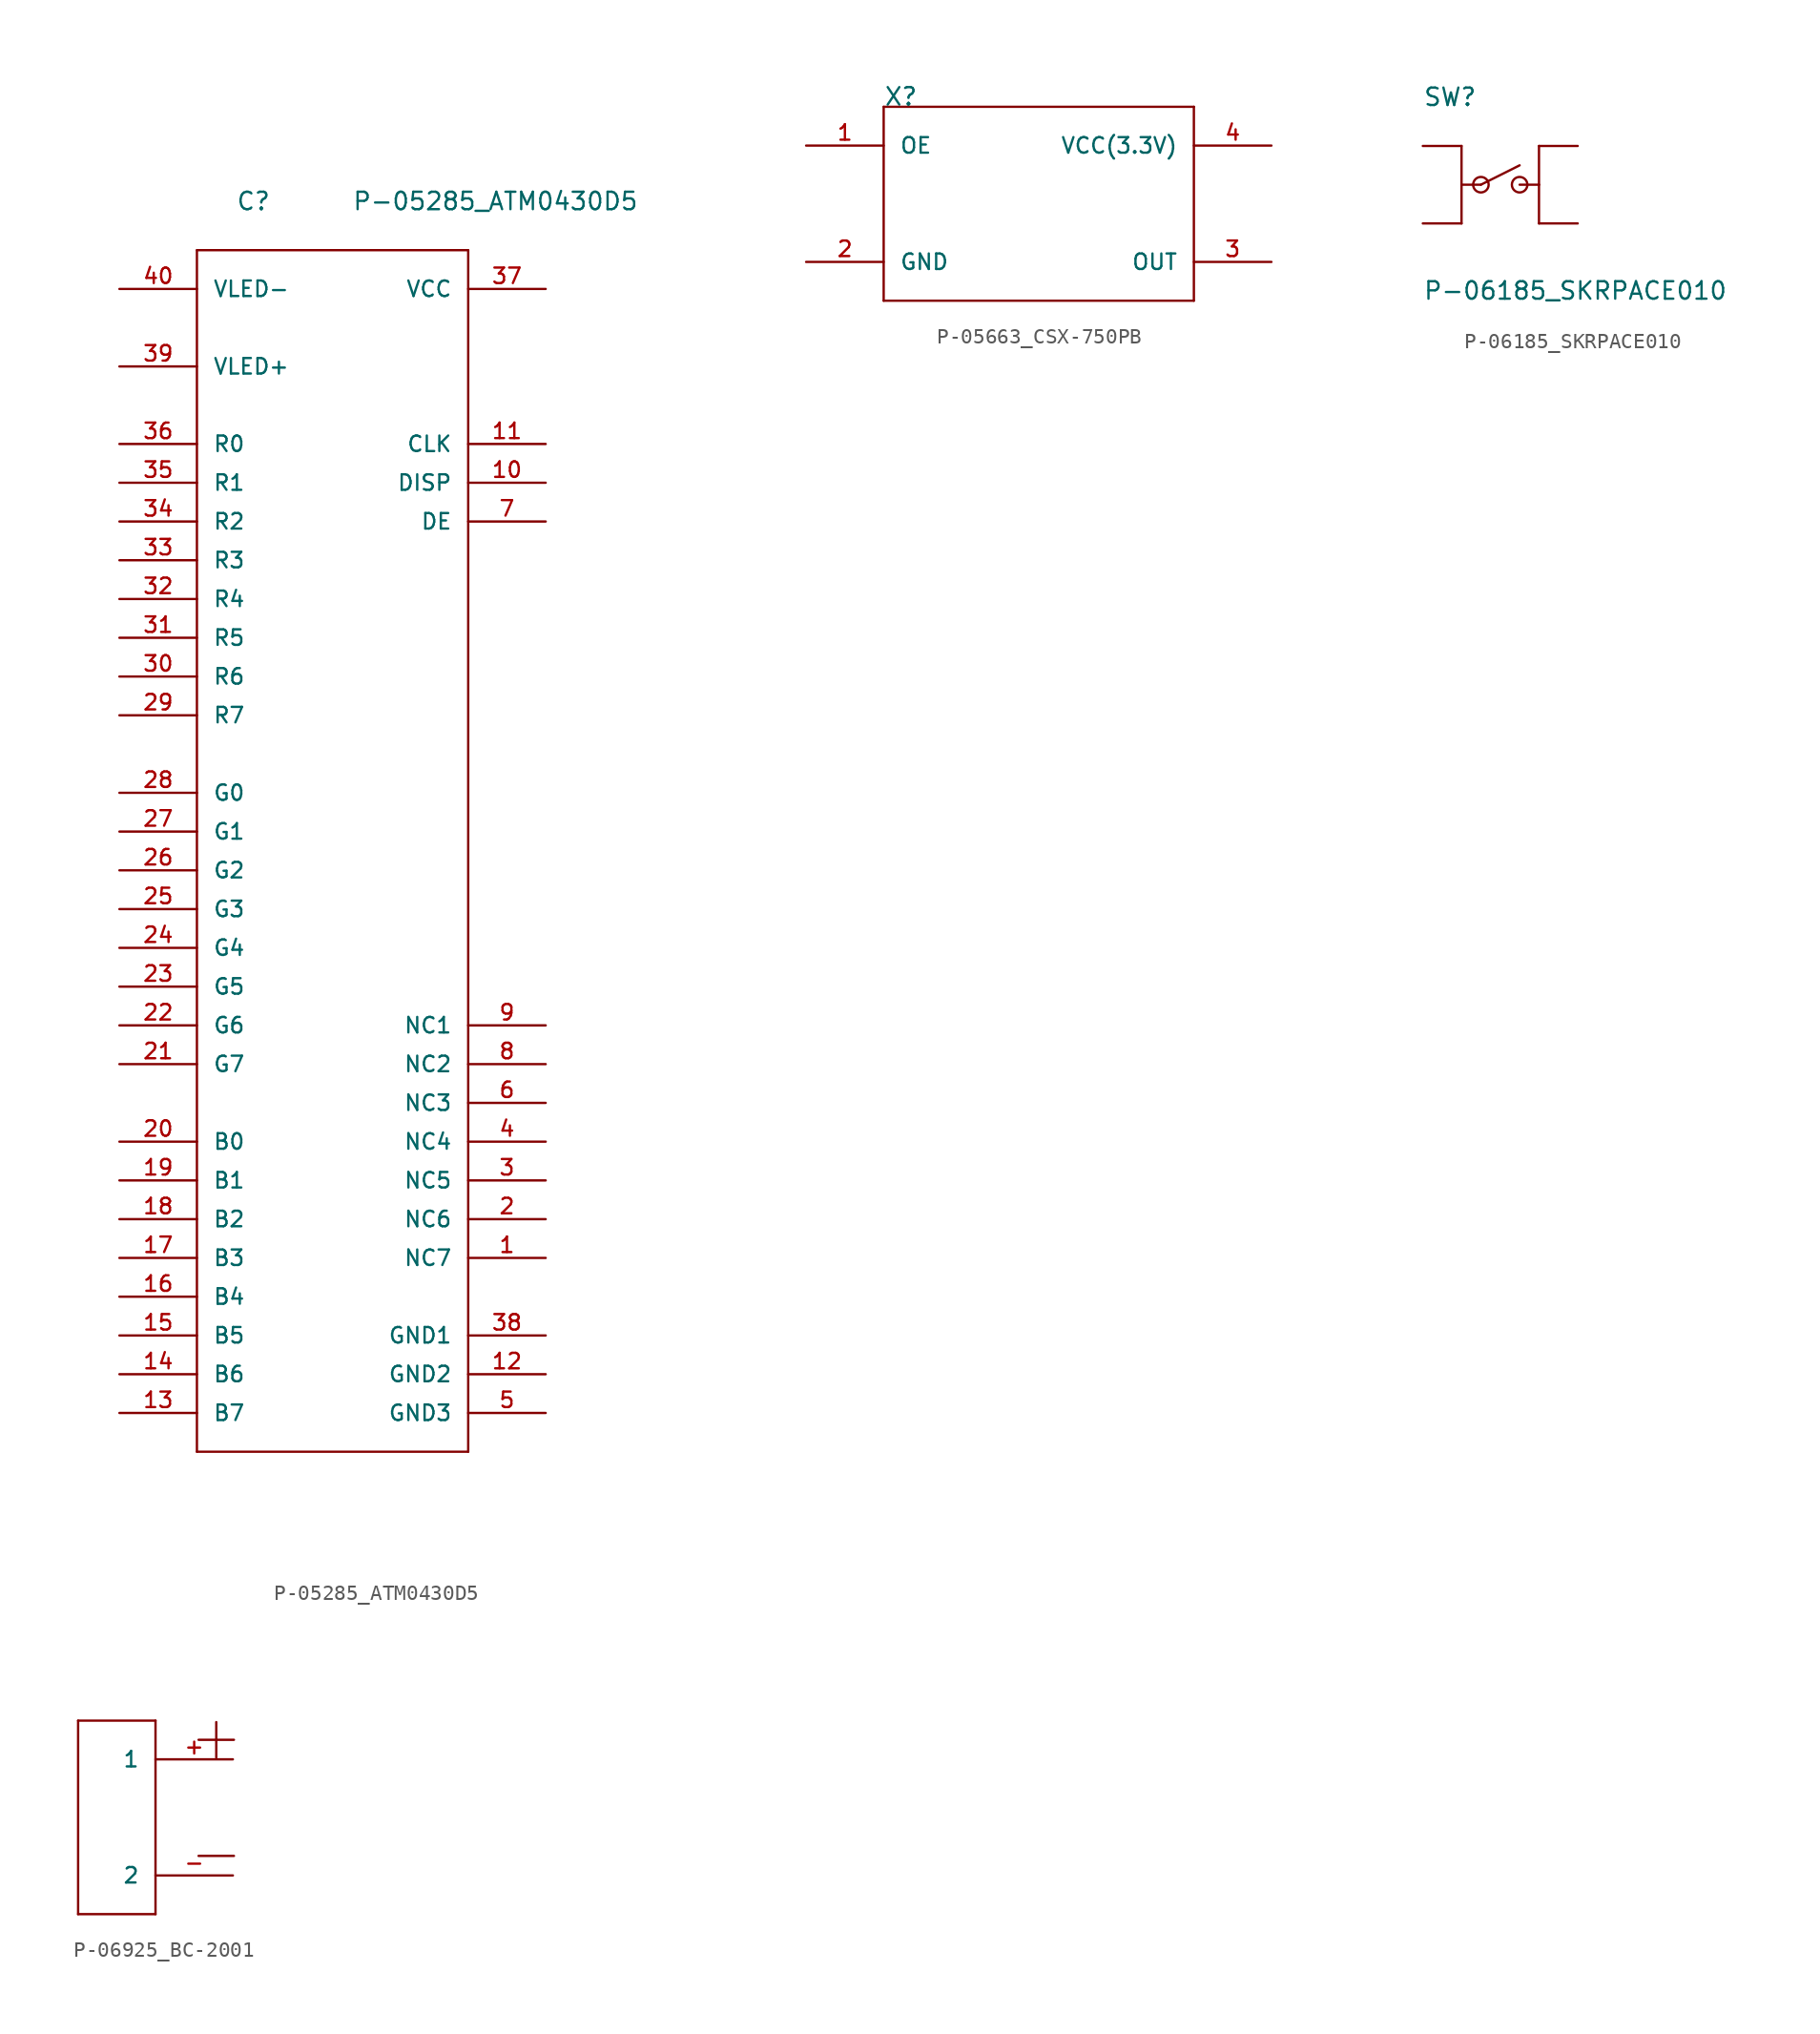
<source format=kicad_sym>
(kicad_symbol_lib
  (version 20211014)
  (generator kicad_symbol_editor)
  (symbol "P-05285_ATM0430D5"
    (pin_names
      (offset 1.016))
    (property "Reference" "C"
      (at -17.78 27.94 0)
      (effects (font (size 1.143 1.143)) (justify left bottom)))
    (property "Value" "P-05285_ATM0430D5"
      (at -10.16 27.94 0)
      (effects (font (size 1.143 1.143)) (justify left bottom)))
    (property "ki_locked" ""
      (at 0 0 0)
      (effects (font (size 1.27 1.27))))
    (symbol "P-05285_ATM0430D5_1_0"
      (polyline (pts (xy -20.32 -53.34) (xy -20.32 25.4)) (stroke (width 0) (type default) (color 0 0 0 0)) (fill (type none)))
      (polyline (pts (xy -20.32 25.4) (xy -2.54 25.4)) (stroke (width 0) (type default) (color 0 0 0 0)) (fill (type none)))
      (polyline (pts (xy -2.54 -53.34) (xy -20.32 -53.34)) (stroke (width 0) (type default) (color 0 0 0 0)) (fill (type none)))
      (polyline (pts (xy -2.54 25.4) (xy -2.54 -53.34)) (stroke (width 0) (type default) (color 0 0 0 0)) (fill (type none))))
    (symbol "P-05285_ATM0430D5_1_1"
      (pin bidirectional line (at 2.54 -40.64 180) (length 5.08) (name "NC7" (effects (font (size 1.016 1.016)))) (number "1" (effects (font (size 1.016 1.016)))))
      (pin bidirectional line (at 2.54 10.16 180) (length 5.08) (name "DISP" (effects (font (size 1.016 1.016)))) (number "10" (effects (font (size 1.016 1.016)))))
      (pin bidirectional line (at 2.54 12.7 180) (length 5.08) (name "CLK" (effects (font (size 1.016 1.016)))) (number "11" (effects (font (size 1.016 1.016)))))
      (pin bidirectional line (at 2.54 -48.26 180) (length 5.08) (name "GND2" (effects (font (size 1.016 1.016)))) (number "12" (effects (font (size 1.016 1.016)))))
      (pin bidirectional line (at -25.4 -50.8 0) (length 5.08) (name "B7" (effects (font (size 1.016 1.016)))) (number "13" (effects (font (size 1.016 1.016)))))
      (pin bidirectional line (at -25.4 -48.26 0) (length 5.08) (name "B6" (effects (font (size 1.016 1.016)))) (number "14" (effects (font (size 1.016 1.016)))))
      (pin bidirectional line (at -25.4 -45.72 0) (length 5.08) (name "B5" (effects (font (size 1.016 1.016)))) (number "15" (effects (font (size 1.016 1.016)))))
      (pin bidirectional line (at -25.4 -43.18 0) (length 5.08) (name "B4" (effects (font (size 1.016 1.016)))) (number "16" (effects (font (size 1.016 1.016)))))
      (pin bidirectional line (at -25.4 -40.64 0) (length 5.08) (name "B3" (effects (font (size 1.016 1.016)))) (number "17" (effects (font (size 1.016 1.016)))))
      (pin bidirectional line (at -25.4 -38.1 0) (length 5.08) (name "B2" (effects (font (size 1.016 1.016)))) (number "18" (effects (font (size 1.016 1.016)))))
      (pin bidirectional line (at -25.4 -35.56 0) (length 5.08) (name "B1" (effects (font (size 1.016 1.016)))) (number "19" (effects (font (size 1.016 1.016)))))
      (pin bidirectional line (at 2.54 -38.1 180) (length 5.08) (name "NC6" (effects (font (size 1.016 1.016)))) (number "2" (effects (font (size 1.016 1.016)))))
      (pin bidirectional line (at -25.4 -33.02 0) (length 5.08) (name "B0" (effects (font (size 1.016 1.016)))) (number "20" (effects (font (size 1.016 1.016)))))
      (pin bidirectional line (at -25.4 -27.94 0) (length 5.08) (name "G7" (effects (font (size 1.016 1.016)))) (number "21" (effects (font (size 1.016 1.016)))))
      (pin bidirectional line (at -25.4 -25.4 0) (length 5.08) (name "G6" (effects (font (size 1.016 1.016)))) (number "22" (effects (font (size 1.016 1.016)))))
      (pin bidirectional line (at -25.4 -22.86 0) (length 5.08) (name "G5" (effects (font (size 1.016 1.016)))) (number "23" (effects (font (size 1.016 1.016)))))
      (pin bidirectional line (at -25.4 -20.32 0) (length 5.08) (name "G4" (effects (font (size 1.016 1.016)))) (number "24" (effects (font (size 1.016 1.016)))))
      (pin bidirectional line (at -25.4 -17.78 0) (length 5.08) (name "G3" (effects (font (size 1.016 1.016)))) (number "25" (effects (font (size 1.016 1.016)))))
      (pin bidirectional line (at -25.4 -15.24 0) (length 5.08) (name "G2" (effects (font (size 1.016 1.016)))) (number "26" (effects (font (size 1.016 1.016)))))
      (pin bidirectional line (at -25.4 -12.7 0) (length 5.08) (name "G1" (effects (font (size 1.016 1.016)))) (number "27" (effects (font (size 1.016 1.016)))))
      (pin bidirectional line (at -25.4 -10.16 0) (length 5.08) (name "G0" (effects (font (size 1.016 1.016)))) (number "28" (effects (font (size 1.016 1.016)))))
      (pin bidirectional line (at -25.4 -5.08 0) (length 5.08) (name "R7" (effects (font (size 1.016 1.016)))) (number "29" (effects (font (size 1.016 1.016)))))
      (pin bidirectional line (at 2.54 -35.56 180) (length 5.08) (name "NC5" (effects (font (size 1.016 1.016)))) (number "3" (effects (font (size 1.016 1.016)))))
      (pin bidirectional line (at -25.4 -2.54 0) (length 5.08) (name "R6" (effects (font (size 1.016 1.016)))) (number "30" (effects (font (size 1.016 1.016)))))
      (pin bidirectional line (at -25.4 0 0) (length 5.08) (name "R5" (effects (font (size 1.016 1.016)))) (number "31" (effects (font (size 1.016 1.016)))))
      (pin bidirectional line (at -25.4 2.54 0) (length 5.08) (name "R4" (effects (font (size 1.016 1.016)))) (number "32" (effects (font (size 1.016 1.016)))))
      (pin bidirectional line (at -25.4 5.08 0) (length 5.08) (name "R3" (effects (font (size 1.016 1.016)))) (number "33" (effects (font (size 1.016 1.016)))))
      (pin bidirectional line (at -25.4 7.62 0) (length 5.08) (name "R2" (effects (font (size 1.016 1.016)))) (number "34" (effects (font (size 1.016 1.016)))))
      (pin bidirectional line (at -25.4 10.16 0) (length 5.08) (name "R1" (effects (font (size 1.016 1.016)))) (number "35" (effects (font (size 1.016 1.016)))))
      (pin bidirectional line (at -25.4 12.7 0) (length 5.08) (name "R0" (effects (font (size 1.016 1.016)))) (number "36" (effects (font (size 1.016 1.016)))))
      (pin bidirectional line (at 2.54 22.86 180) (length 5.08) (name "VCC" (effects (font (size 1.016 1.016)))) (number "37" (effects (font (size 1.016 1.016)))))
      (pin bidirectional line (at 2.54 -45.72 180) (length 5.08) (name "GND1" (effects (font (size 1.016 1.016)))) (number "38" (effects (font (size 1.016 1.016)))))
      (pin bidirectional line (at -25.4 17.78 0) (length 5.08) (name "VLED+" (effects (font (size 1.016 1.016)))) (number "39" (effects (font (size 1.016 1.016)))))
      (pin bidirectional line (at 2.54 -33.02 180) (length 5.08) (name "NC4" (effects (font (size 1.016 1.016)))) (number "4" (effects (font (size 1.016 1.016)))))
      (pin bidirectional line (at -25.4 22.86 0) (length 5.08) (name "VLED-" (effects (font (size 1.016 1.016)))) (number "40" (effects (font (size 1.016 1.016)))))
      (pin bidirectional line (at 2.54 -50.8 180) (length 5.08) (name "GND3" (effects (font (size 1.016 1.016)))) (number "5" (effects (font (size 1.016 1.016)))))
      (pin bidirectional line (at 2.54 -30.48 180) (length 5.08) (name "NC3" (effects (font (size 1.016 1.016)))) (number "6" (effects (font (size 1.016 1.016)))))
      (pin bidirectional line (at 2.54 7.62 180) (length 5.08) (name "DE" (effects (font (size 1.016 1.016)))) (number "7" (effects (font (size 1.016 1.016)))))
      (pin bidirectional line (at 2.54 -27.94 180) (length 5.08) (name "NC2" (effects (font (size 1.016 1.016)))) (number "8" (effects (font (size 1.016 1.016)))))
      (pin bidirectional line (at 2.54 -25.4 180) (length 5.08) (name "NC1" (effects (font (size 1.016 1.016)))) (number "9" (effects (font (size 1.016 1.016)))))))
  (symbol "P-05663_CSX-750PB"
    (pin_names
      (offset 1.016))
    (property "Reference" "X"
      (at -15.24 10.16 0)
      (effects (font (size 1.143 1.143)) (justify left bottom)))
    (property "ki_locked" ""
      (at 0 0 0)
      (effects (font (size 1.27 1.27))))
    (symbol "P-05663_CSX-750PB_1_0"
      (polyline (pts (xy -15.24 -2.54) (xy -15.24 10.16)) (stroke (width 0) (type default) (color 0 0 0 0)) (fill (type none)))
      (polyline (pts (xy -15.24 10.16) (xy 5.08 10.16)) (stroke (width 0) (type default) (color 0 0 0 0)) (fill (type none)))
      (polyline (pts (xy 5.08 -2.54) (xy -15.24 -2.54)) (stroke (width 0) (type default) (color 0 0 0 0)) (fill (type none)))
      (polyline (pts (xy 5.08 10.16) (xy 5.08 -2.54)) (stroke (width 0) (type default) (color 0 0 0 0)) (fill (type none))))
    (symbol "P-05663_CSX-750PB_1_1"
      (pin bidirectional line (at -20.32 7.62 0) (length 5.08) (name "OE" (effects (font (size 1.016 1.016)))) (number "1" (effects (font (size 1.016 1.016)))))
      (pin bidirectional line (at -20.32 0 0) (length 5.08) (name "GND" (effects (font (size 1.016 1.016)))) (number "2" (effects (font (size 1.016 1.016)))))
      (pin bidirectional line (at 10.16 0 180) (length 5.08) (name "OUT" (effects (font (size 1.016 1.016)))) (number "3" (effects (font (size 1.016 1.016)))))
      (pin bidirectional line (at 10.16 7.62 180) (length 5.08) (name "VCC(3.3V)" (effects (font (size 1.016 1.016)))) (number "4" (effects (font (size 1.016 1.016)))))))
  (symbol "P-06185_SKRPACE010"
    (pin_numbers hide)
    (pin_names
      (offset 1.016) hide)
    (property "Reference" "SW"
      (at -5.08 5.08 0)
      (effects (font (size 1.143 1.143)) (justify left bottom)))
    (property "Value" "P-06185_SKRPACE010"
      (at -5.08 -7.62 0)
      (effects (font (size 1.143 1.143)) (justify left bottom)))
    (property "ki_locked" ""
      (at 0 0 0)
      (effects (font (size 1.27 1.27))))
    (symbol "P-06185_SKRPACE010_1_0"
      (polyline (pts (xy -2.54 0) (xy -2.54 -2.54)) (stroke (width 0) (type default) (color 0 0 0 0)) (fill (type none)))
      (polyline (pts (xy -2.54 0) (xy -1.27 0)) (stroke (width 0) (type default) (color 0 0 0 0)) (fill (type none)))
      (polyline (pts (xy -2.54 2.54) (xy -2.54 0)) (stroke (width 0) (type default) (color 0 0 0 0)) (fill (type none)))
      (polyline (pts (xy -1.27 0) (xy 1.27 1.27)) (stroke (width 0) (type default) (color 0 0 0 0)) (fill (type none)))
      (polyline (pts (xy 1.27 0) (xy 2.54 0)) (stroke (width 0) (type default) (color 0 0 0 0)) (fill (type none)))
      (polyline (pts (xy 2.54 0) (xy 2.54 -2.54)) (stroke (width 0) (type default) (color 0 0 0 0)) (fill (type none)))
      (polyline (pts (xy 2.54 2.54) (xy 2.54 0)) (stroke (width 0) (type default) (color 0 0 0 0)) (fill (type none))))
    (symbol "P-06185_SKRPACE010_1_1"
      (circle (center -1.27 0) (radius 0.508) (stroke (width 0) (type default) (color 0 0 0 0)) (fill (type none)))
      (circle (center 1.27 0) (radius 0.508) (stroke (width 0) (type default) (color 0 0 0 0)) (fill (type none)))
      (pin bidirectional line (at -5.08 2.54 0) (length 2.54) (name "P$1A" (effects (font (size 1.016 1.016)))) (number "1A" (effects (font (size 1.016 1.016)))))
      (pin bidirectional line (at -5.08 -2.54 0) (length 2.54) (name "P$1B" (effects (font (size 1.016 1.016)))) (number "1B" (effects (font (size 1.016 1.016)))))
      (pin bidirectional line (at 5.08 2.54 180) (length 2.54) (name "P$2A" (effects (font (size 1.016 1.016)))) (number "2A" (effects (font (size 1.016 1.016)))))
      (pin bidirectional line (at 5.08 -2.54 180) (length 2.54) (name "P$2B" (effects (font (size 1.016 1.016)))) (number "2B" (effects (font (size 1.016 1.016)))))))
  (symbol "P-06925_BC-2001"
    (pin_names
      (offset 1.016))
    (property "Reference" "BT"
      (at 0 0 0)
      (effects (font (size 1.143 1.143)) hide))
    (property "ki_locked" ""
      (at 0 0 0)
      (effects (font (size 1.27 1.27))))
    (symbol "P-06925_BC-2001_1_0"
      (polyline (pts (xy -10.16 -7.62) (xy -5.08 -7.62)) (stroke (width 0) (type default) (color 0 0 0 0)) (fill (type none)))
      (polyline (pts (xy -10.16 5.08) (xy -10.16 -7.62)) (stroke (width 0) (type default) (color 0 0 0 0)) (fill (type none)))
      (polyline (pts (xy -5.08 5.08) (xy -10.16 5.08)) (stroke (width 0) (type default) (color 0 0 0 0)) (fill (type none)))
      (polyline (pts (xy -5.08 5.08) (xy -5.08 -7.62)) (stroke (width 0) (type default) (color 0 0 0 0)) (fill (type none)))
      (text "+" (at -1.092 4.064 0) (effects (font (size 3.048 3.048))))
      (text "-" (at -1.092 -3.556 0) (effects (font (size 3.048 3.048)))))
    (symbol "P-06925_BC-2001_1_1"
      (pin bidirectional line (at 0 2.54 180) (length 5.08) (name "1" (effects (font (size 1.016 1.016)))) (number "+" (effects (font (size 1.016 1.016)))))
      (pin bidirectional line (at 0 2.54 180) (length 5.08) hide (name "1" (effects (font (size 1.016 1.016)))) (number "+2" (effects (font (size 1.016 1.016)))))
      (pin bidirectional line (at 0 -5.08 180) (length 5.08) (name "2" (effects (font (size 1.016 1.016)))) (number "-" (effects (font (size 1.016 1.016))))))))
</source>
